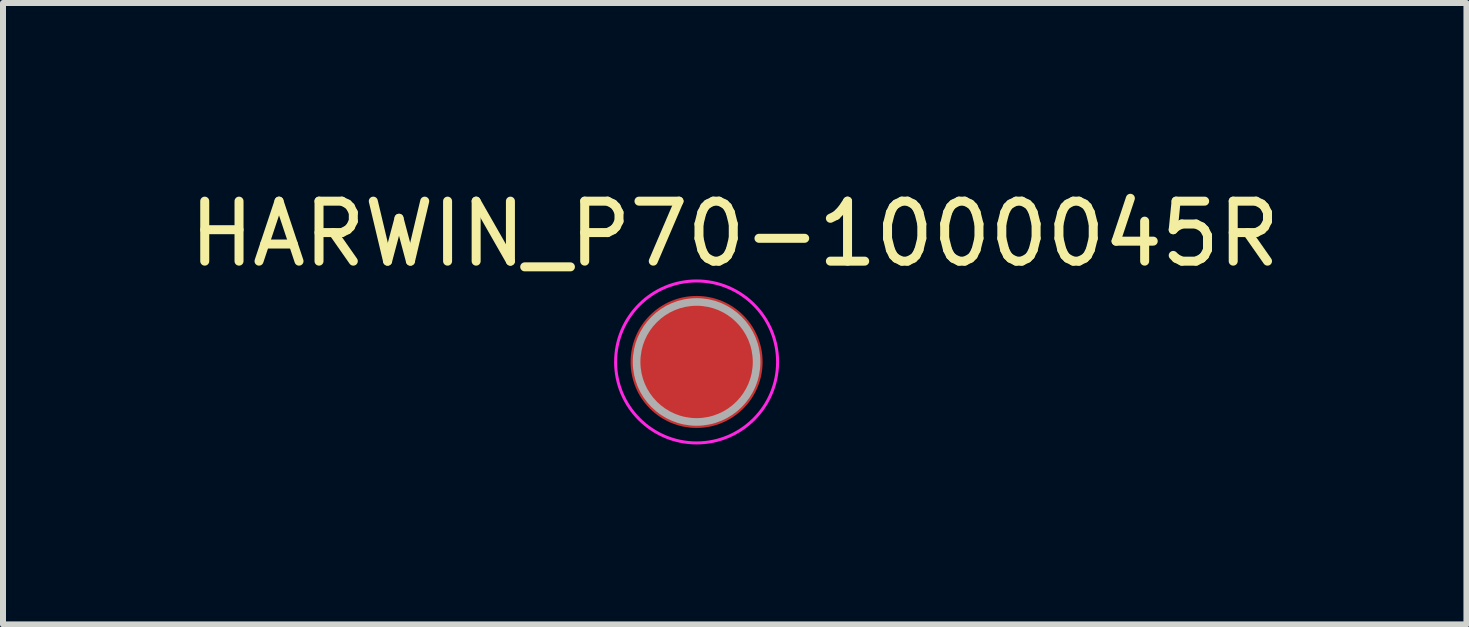
<source format=kicad_pcb>
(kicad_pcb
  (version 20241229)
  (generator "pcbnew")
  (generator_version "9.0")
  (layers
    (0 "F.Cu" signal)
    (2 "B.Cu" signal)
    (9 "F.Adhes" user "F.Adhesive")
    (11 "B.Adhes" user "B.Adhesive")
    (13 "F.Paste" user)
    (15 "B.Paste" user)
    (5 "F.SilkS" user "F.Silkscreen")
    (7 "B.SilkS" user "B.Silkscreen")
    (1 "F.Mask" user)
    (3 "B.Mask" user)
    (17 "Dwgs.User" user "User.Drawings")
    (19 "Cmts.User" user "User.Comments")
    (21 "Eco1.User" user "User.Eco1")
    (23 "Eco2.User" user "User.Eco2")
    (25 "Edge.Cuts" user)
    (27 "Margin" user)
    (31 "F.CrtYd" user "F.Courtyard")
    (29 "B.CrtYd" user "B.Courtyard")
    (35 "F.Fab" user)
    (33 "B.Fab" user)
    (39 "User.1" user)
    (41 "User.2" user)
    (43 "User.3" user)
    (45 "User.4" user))
  (footprint "HARWIN_P70-1000045R"
    (layer "F.Cu")
    (at 8.561 2.983)
    (property "Reference" "HARWIN_P70-1000045R" (at 0.635 -2.135 0) (layer "F.SilkS") (effects (font (size 1 1) (thickness 0.15))))
    (attr smd)
    (fp_circle (center 0 0) (end 1.35 0) (stroke (width 0.05) (type solid)) (fill no) (layer "F.CrtYd"))
    (fp_circle (center 0 0) (end 1 0) (stroke (width 0.127) (type solid)) (fill no) (layer "F.Fab"))
    (pad "1" smd circle (at 0 0) (size 2.2 2.2) (layers "F.Cu" "F.Mask" "F.Paste")))
  (gr_rect
    (start -3 -3)
    (end 21.393 7.358)
    (stroke (width 0.1) (type default))
    (fill no)
    (layer "Edge.Cuts")))
</source>
